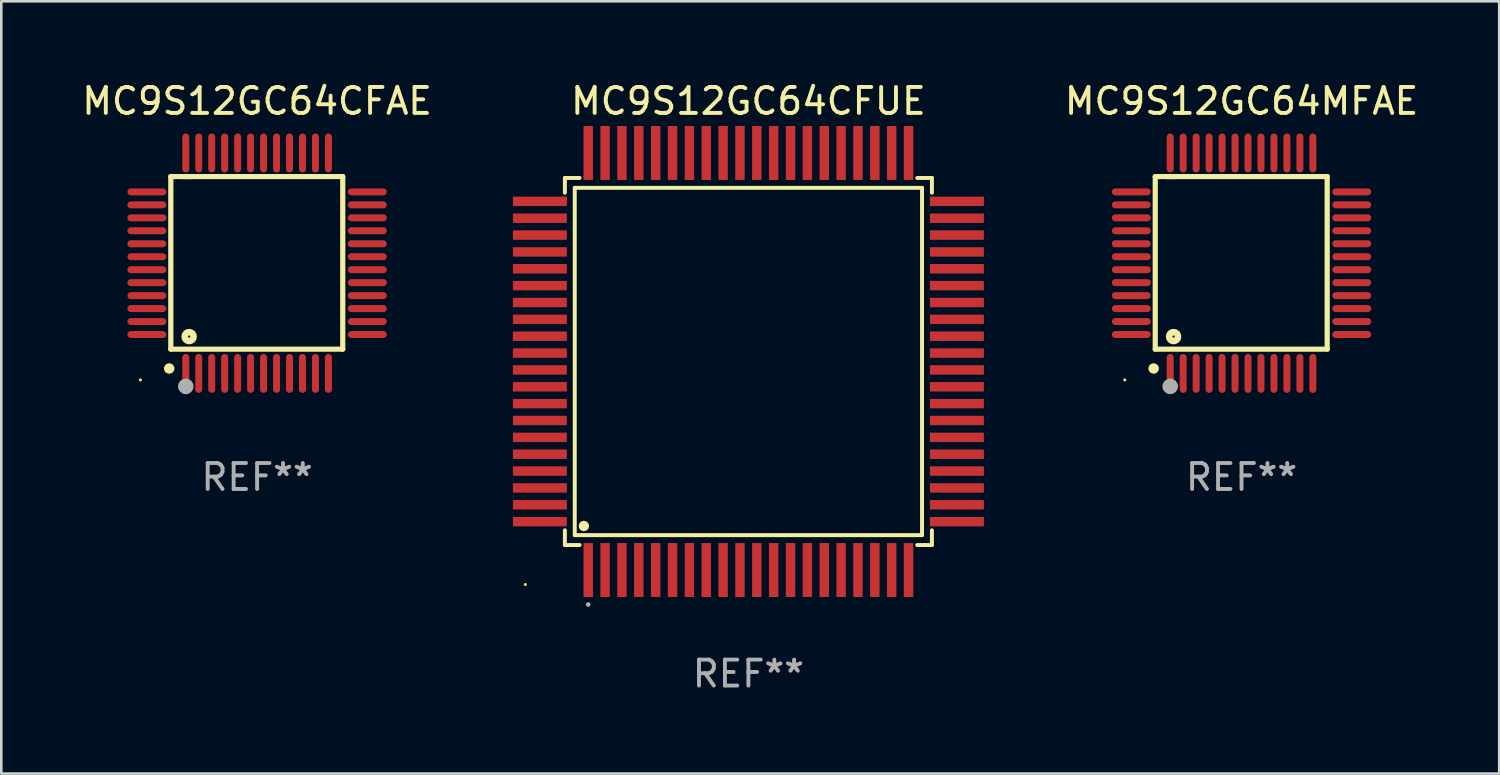
<source format=kicad_pcb>
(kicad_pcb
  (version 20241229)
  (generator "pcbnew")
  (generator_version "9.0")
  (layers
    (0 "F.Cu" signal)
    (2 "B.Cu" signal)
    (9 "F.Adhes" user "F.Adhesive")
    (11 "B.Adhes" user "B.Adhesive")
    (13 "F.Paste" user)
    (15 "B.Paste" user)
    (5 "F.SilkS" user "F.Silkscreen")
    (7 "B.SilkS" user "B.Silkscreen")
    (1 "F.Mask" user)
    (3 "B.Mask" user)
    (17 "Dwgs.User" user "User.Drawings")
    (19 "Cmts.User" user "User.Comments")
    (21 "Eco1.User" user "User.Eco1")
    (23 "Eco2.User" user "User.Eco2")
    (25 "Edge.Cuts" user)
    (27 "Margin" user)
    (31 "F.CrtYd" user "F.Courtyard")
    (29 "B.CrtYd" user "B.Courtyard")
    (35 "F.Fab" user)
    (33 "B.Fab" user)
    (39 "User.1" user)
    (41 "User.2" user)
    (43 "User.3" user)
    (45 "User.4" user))
  (footprint "MC9S12GC64MFAE"
    (layer "F.Cu")
    (at 44.82 7.098)
    (property "Reference" "MC9S12GC64MFAE" (at 0 -6.25 0) (layer "F.SilkS") (effects (font (size 1 1) (thickness 0.15))))
    (attr through_hole)
    (fp_line (start -3.327 -3.34) (end -2.565 -3.34) (stroke (width 0.2) (type solid)) (layer "F.SilkS"))
    (fp_line (start -3.327 3.315) (end -3.327 -3.34) (stroke (width 0.2) (type solid)) (layer "F.SilkS"))
    (fp_line (start -2.896 -3.34) (end 3.302 -3.34) (stroke (width 0.2) (type solid)) (layer "F.SilkS"))
    (fp_line (start 3.302 -3.34) (end 3.302 3.315) (stroke (width 0.2) (type solid)) (layer "F.SilkS"))
    (fp_line (start 3.302 3.315) (end -3.327 3.315) (stroke (width 0.2) (type solid)) (layer "F.SilkS"))
    (fp_arc (start -3.389992 4.059995) (mid -3.388722 4.059991) (end -3.387452 4.059995) (stroke (width 0.4) (type solid)) (layer "F.SilkS"))
    (fp_circle (center -4.5 4.5) (end -4.47 4.5) (stroke (width 0.06) (type solid)) (fill no) (layer "F.SilkS"))
    (fp_circle (center -2.62 2.83) (end -2.45 2.83) (stroke (width 0.254) (type solid)) (fill no) (layer "F.SilkS"))
    (fp_circle (center -2.75 4.75) (end -2.6 4.75) (stroke (width 0.3) (type solid)) (fill no) (layer "F.Fab"))
    (fp_text user "REF**" (at 0 8.25 0) (layer "F.Fab") (effects (font (size 1 1) (thickness 0.15))))
    (pad "1" smd oval (at -2.75 4.25) (size 0.27 1.5) (layers "F.Cu" "F.Mask" "F.Paste"))
    (pad "2" smd oval (at -2.25 4.25) (size 0.27 1.5) (layers "F.Cu" "F.Mask" "F.Paste"))
    (pad "3" smd oval (at -1.75 4.25) (size 0.27 1.5) (layers "F.Cu" "F.Mask" "F.Paste"))
    (pad "4" smd oval (at -1.25 4.25) (size 0.27 1.5) (layers "F.Cu" "F.Mask" "F.Paste"))
    (pad "5" smd oval (at -0.75 4.25) (size 0.27 1.5) (layers "F.Cu" "F.Mask" "F.Paste"))
    (pad "6" smd oval (at -0.25 4.25) (size 0.27 1.5) (layers "F.Cu" "F.Mask" "F.Paste"))
    (pad "7" smd oval (at 0.25 4.25) (size 0.27 1.5) (layers "F.Cu" "F.Mask" "F.Paste"))
    (pad "8" smd oval (at 0.75 4.25) (size 0.27 1.5) (layers "F.Cu" "F.Mask" "F.Paste"))
    (pad "9" smd oval (at 1.25 4.25) (size 0.27 1.5) (layers "F.Cu" "F.Mask" "F.Paste"))
    (pad "10" smd oval (at 1.75 4.25) (size 0.27 1.5) (layers "F.Cu" "F.Mask" "F.Paste"))
    (pad "11" smd oval (at 2.25 4.25) (size 0.27 1.5) (layers "F.Cu" "F.Mask" "F.Paste"))
    (pad "12" smd oval (at 2.75 4.25) (size 0.27 1.5) (layers "F.Cu" "F.Mask" "F.Paste"))
    (pad "13" smd oval (at 4.25 2.75) (size 1.5 0.27) (layers "F.Cu" "F.Mask" "F.Paste"))
    (pad "14" smd oval (at 4.25 2.25) (size 1.5 0.27) (layers "F.Cu" "F.Mask" "F.Paste"))
    (pad "15" smd oval (at 4.25 1.75) (size 1.5 0.27) (layers "F.Cu" "F.Mask" "F.Paste"))
    (pad "16" smd oval (at 4.25 1.25) (size 1.5 0.27) (layers "F.Cu" "F.Mask" "F.Paste"))
    (pad "17" smd oval (at 4.25 0.75) (size 1.5 0.27) (layers "F.Cu" "F.Mask" "F.Paste"))
    (pad "18" smd oval (at 4.25 0.25) (size 1.5 0.27) (layers "F.Cu" "F.Mask" "F.Paste"))
    (pad "19" smd oval (at 4.25 -0.25) (size 1.5 0.27) (layers "F.Cu" "F.Mask" "F.Paste"))
    (pad "20" smd oval (at 4.25 -0.75) (size 1.5 0.27) (layers "F.Cu" "F.Mask" "F.Paste"))
    (pad "21" smd oval (at 4.25 -1.25) (size 1.5 0.27) (layers "F.Cu" "F.Mask" "F.Paste"))
    (pad "22" smd oval (at 4.25 -1.75) (size 1.5 0.27) (layers "F.Cu" "F.Mask" "F.Paste"))
    (pad "23" smd oval (at 4.25 -2.25) (size 1.5 0.27) (layers "F.Cu" "F.Mask" "F.Paste"))
    (pad "24" smd oval (at 4.25 -2.75) (size 1.5 0.27) (layers "F.Cu" "F.Mask" "F.Paste"))
    (pad "25" smd oval (at 2.75 -4.25) (size 0.27 1.5) (layers "F.Cu" "F.Mask" "F.Paste"))
    (pad "26" smd oval (at 2.25 -4.25) (size 0.27 1.5) (layers "F.Cu" "F.Mask" "F.Paste"))
    (pad "27" smd oval (at 1.75 -4.25) (size 0.27 1.5) (layers "F.Cu" "F.Mask" "F.Paste"))
    (pad "28" smd oval (at 1.25 -4.25) (size 0.27 1.5) (layers "F.Cu" "F.Mask" "F.Paste"))
    (pad "29" smd oval (at 0.75 -4.25) (size 0.27 1.5) (layers "F.Cu" "F.Mask" "F.Paste"))
    (pad "30" smd oval (at 0.25 -4.25) (size 0.27 1.5) (layers "F.Cu" "F.Mask" "F.Paste"))
    (pad "31" smd oval (at -0.25 -4.25) (size 0.27 1.5) (layers "F.Cu" "F.Mask" "F.Paste"))
    (pad "32" smd oval (at -0.75 -4.25) (size 0.27 1.5) (layers "F.Cu" "F.Mask" "F.Paste"))
    (pad "33" smd oval (at -1.25 -4.25) (size 0.27 1.5) (layers "F.Cu" "F.Mask" "F.Paste"))
    (pad "34" smd oval (at -1.75 -4.25) (size 0.27 1.5) (layers "F.Cu" "F.Mask" "F.Paste"))
    (pad "35" smd oval (at -2.25 -4.25) (size 0.27 1.5) (layers "F.Cu" "F.Mask" "F.Paste"))
    (pad "36" smd oval (at -2.75 -4.25) (size 0.27 1.5) (layers "F.Cu" "F.Mask" "F.Paste"))
    (pad "37" smd oval (at -4.25 -2.75) (size 1.5 0.27) (layers "F.Cu" "F.Mask" "F.Paste"))
    (pad "38" smd oval (at -4.25 -2.25) (size 1.5 0.27) (layers "F.Cu" "F.Mask" "F.Paste"))
    (pad "39" smd oval (at -4.25 -1.75) (size 1.5 0.27) (layers "F.Cu" "F.Mask" "F.Paste"))
    (pad "40" smd oval (at -4.25 -1.25) (size 1.5 0.27) (layers "F.Cu" "F.Mask" "F.Paste"))
    (pad "41" smd oval (at -4.25 -0.75) (size 1.5 0.27) (layers "F.Cu" "F.Mask" "F.Paste"))
    (pad "42" smd oval (at -4.25 -0.25) (size 1.5 0.27) (layers "F.Cu" "F.Mask" "F.Paste"))
    (pad "43" smd oval (at -4.25 0.25) (size 1.5 0.27) (layers "F.Cu" "F.Mask" "F.Paste"))
    (pad "44" smd oval (at -4.25 0.75) (size 1.5 0.27) (layers "F.Cu" "F.Mask" "F.Paste"))
    (pad "45" smd oval (at -4.25 1.25) (size 1.5 0.27) (layers "F.Cu" "F.Mask" "F.Paste"))
    (pad "46" smd oval (at -4.25 1.75) (size 1.5 0.27) (layers "F.Cu" "F.Mask" "F.Paste"))
    (pad "47" smd oval (at -4.25 2.25) (size 1.5 0.27) (layers "F.Cu" "F.Mask" "F.Paste"))
    (pad "48" smd oval (at -4.25 2.75) (size 1.5 0.27) (layers "F.Cu" "F.Mask" "F.Paste")))
  (footprint "MC9S12GC64CFUE"
    (layer "F.Cu")
    (at 25.806 10.888)
    (property "Reference" "MC9S12GC64CFUE" (at 0 -10.04 0) (layer "F.SilkS") (effects (font (size 1 1) (thickness 0.15))))
    (attr through_hole)
    (fp_line (start -7.076 -7.076) (end -7.076 -6.509) (stroke (width 0.152) (type solid)) (layer "F.SilkS"))
    (fp_line (start -7.076 7.076) (end -7.076 6.509) (stroke (width 0.152) (type solid)) (layer "F.SilkS"))
    (fp_line (start -6.695 -6.695) (end 6.695 -6.695) (stroke (width 0.152) (type solid)) (layer "F.SilkS"))
    (fp_line (start -6.695 6.695) (end -6.695 -6.695) (stroke (width 0.152) (type solid)) (layer "F.SilkS"))
    (fp_line (start -6.509 -7.076) (end -7.076 -7.076) (stroke (width 0.152) (type solid)) (layer "F.SilkS"))
    (fp_line (start -6.509 7.076) (end -7.076 7.076) (stroke (width 0.152) (type solid)) (layer "F.SilkS"))
    (fp_line (start 6.509 -7.076) (end 7.076 -7.076) (stroke (width 0.152) (type solid)) (layer "F.SilkS"))
    (fp_line (start 6.509 7.076) (end 7.076 7.076) (stroke (width 0.152) (type solid)) (layer "F.SilkS"))
    (fp_line (start 6.695 -6.695) (end 6.695 6.695) (stroke (width 0.152) (type solid)) (layer "F.SilkS"))
    (fp_line (start 6.695 6.695) (end -6.695 6.695) (stroke (width 0.152) (type solid)) (layer "F.SilkS"))
    (fp_line (start 7.076 -7.076) (end 7.076 -6.509) (stroke (width 0.152) (type solid)) (layer "F.SilkS"))
    (fp_line (start 7.076 7.076) (end 7.076 6.509) (stroke (width 0.152) (type solid)) (layer "F.SilkS"))
    (fp_circle (center -8.6 8.6) (end -8.57 8.6) (stroke (width 0.06) (type solid)) (fill no) (layer "F.SilkS"))
    (fp_circle (center -6.343 6.343) (end -6.243 6.343) (stroke (width 0.2) (type solid)) (fill no) (layer "F.SilkS"))
    (fp_circle (center -6.175 9.371) (end -6.135 9.371) (stroke (width 0.08) (type solid)) (fill no) (layer "F.SilkS"))
    (fp_circle (center -6.175 9.371) (end -6.135 9.371) (stroke (width 0.08) (type solid)) (fill no) (layer "F.Fab"))
    (fp_text user "REF**" (at 0 12.04 0) (layer "F.Fab") (effects (font (size 1 1) (thickness 0.15))))
    (pad "1" smd rect (at -6.175 8.04) (size 0.364 2.08) (layers "F.Cu" "F.Mask" "F.Paste"))
    (pad "2" smd rect (at -5.525 8.04) (size 0.364 2.08) (layers "F.Cu" "F.Mask" "F.Paste"))
    (pad "3" smd rect (at -4.875 8.04) (size 0.364 2.08) (layers "F.Cu" "F.Mask" "F.Paste"))
    (pad "4" smd rect (at -4.225 8.04) (size 0.364 2.08) (layers "F.Cu" "F.Mask" "F.Paste"))
    (pad "5" smd rect (at -3.575 8.04) (size 0.364 2.08) (layers "F.Cu" "F.Mask" "F.Paste"))
    (pad "6" smd rect (at -2.925 8.04) (size 0.364 2.08) (layers "F.Cu" "F.Mask" "F.Paste"))
    (pad "7" smd rect (at -2.275 8.04) (size 0.364 2.08) (layers "F.Cu" "F.Mask" "F.Paste"))
    (pad "8" smd rect (at -1.625 8.04) (size 0.364 2.08) (layers "F.Cu" "F.Mask" "F.Paste"))
    (pad "9" smd rect (at -0.975 8.04) (size 0.364 2.08) (layers "F.Cu" "F.Mask" "F.Paste"))
    (pad "10" smd rect (at -0.325 8.04) (size 0.364 2.08) (layers "F.Cu" "F.Mask" "F.Paste"))
    (pad "11" smd rect (at 0.325 8.04) (size 0.364 2.08) (layers "F.Cu" "F.Mask" "F.Paste"))
    (pad "12" smd rect (at 0.975 8.04) (size 0.364 2.08) (layers "F.Cu" "F.Mask" "F.Paste"))
    (pad "13" smd rect (at 1.625 8.04) (size 0.364 2.08) (layers "F.Cu" "F.Mask" "F.Paste"))
    (pad "14" smd rect (at 2.275 8.04) (size 0.364 2.08) (layers "F.Cu" "F.Mask" "F.Paste"))
    (pad "15" smd rect (at 2.925 8.04) (size 0.364 2.08) (layers "F.Cu" "F.Mask" "F.Paste"))
    (pad "16" smd rect (at 3.575 8.04) (size 0.364 2.08) (layers "F.Cu" "F.Mask" "F.Paste"))
    (pad "17" smd rect (at 4.225 8.04) (size 0.364 2.08) (layers "F.Cu" "F.Mask" "F.Paste"))
    (pad "18" smd rect (at 4.875 8.04) (size 0.364 2.08) (layers "F.Cu" "F.Mask" "F.Paste"))
    (pad "19" smd rect (at 5.525 8.04) (size 0.364 2.08) (layers "F.Cu" "F.Mask" "F.Paste"))
    (pad "20" smd rect (at 6.175 8.04) (size 0.364 2.08) (layers "F.Cu" "F.Mask" "F.Paste"))
    (pad "21" smd rect (at 8.04 6.175) (size 2.08 0.364) (layers "F.Cu" "F.Mask" "F.Paste"))
    (pad "22" smd rect (at 8.04 5.525) (size 2.08 0.364) (layers "F.Cu" "F.Mask" "F.Paste"))
    (pad "23" smd rect (at 8.04 4.875) (size 2.08 0.364) (layers "F.Cu" "F.Mask" "F.Paste"))
    (pad "24" smd rect (at 8.04 4.225) (size 2.08 0.364) (layers "F.Cu" "F.Mask" "F.Paste"))
    (pad "25" smd rect (at 8.04 3.575) (size 2.08 0.364) (layers "F.Cu" "F.Mask" "F.Paste"))
    (pad "26" smd rect (at 8.04 2.925) (size 2.08 0.364) (layers "F.Cu" "F.Mask" "F.Paste"))
    (pad "27" smd rect (at 8.04 2.275) (size 2.08 0.364) (layers "F.Cu" "F.Mask" "F.Paste"))
    (pad "28" smd rect (at 8.04 1.625) (size 2.08 0.364) (layers "F.Cu" "F.Mask" "F.Paste"))
    (pad "29" smd rect (at 8.04 0.975) (size 2.08 0.364) (layers "F.Cu" "F.Mask" "F.Paste"))
    (pad "30" smd rect (at 8.04 0.325) (size 2.08 0.364) (layers "F.Cu" "F.Mask" "F.Paste"))
    (pad "31" smd rect (at 8.04 -0.325) (size 2.08 0.364) (layers "F.Cu" "F.Mask" "F.Paste"))
    (pad "32" smd rect (at 8.04 -0.975) (size 2.08 0.364) (layers "F.Cu" "F.Mask" "F.Paste"))
    (pad "33" smd rect (at 8.04 -1.625) (size 2.08 0.364) (layers "F.Cu" "F.Mask" "F.Paste"))
    (pad "34" smd rect (at 8.04 -2.275) (size 2.08 0.364) (layers "F.Cu" "F.Mask" "F.Paste"))
    (pad "35" smd rect (at 8.04 -2.925) (size 2.08 0.364) (layers "F.Cu" "F.Mask" "F.Paste"))
    (pad "36" smd rect (at 8.04 -3.575) (size 2.08 0.364) (layers "F.Cu" "F.Mask" "F.Paste"))
    (pad "37" smd rect (at 8.04 -4.225) (size 2.08 0.364) (layers "F.Cu" "F.Mask" "F.Paste"))
    (pad "38" smd rect (at 8.04 -4.875) (size 2.08 0.364) (layers "F.Cu" "F.Mask" "F.Paste"))
    (pad "39" smd rect (at 8.04 -5.525) (size 2.08 0.364) (layers "F.Cu" "F.Mask" "F.Paste"))
    (pad "40" smd rect (at 8.04 -6.175) (size 2.08 0.364) (layers "F.Cu" "F.Mask" "F.Paste"))
    (pad "41" smd rect (at 6.175 -8.04) (size 0.364 2.08) (layers "F.Cu" "F.Mask" "F.Paste"))
    (pad "42" smd rect (at 5.525 -8.04) (size 0.364 2.08) (layers "F.Cu" "F.Mask" "F.Paste"))
    (pad "43" smd rect (at 4.875 -8.04) (size 0.364 2.08) (layers "F.Cu" "F.Mask" "F.Paste"))
    (pad "44" smd rect (at 4.225 -8.04) (size 0.364 2.08) (layers "F.Cu" "F.Mask" "F.Paste"))
    (pad "45" smd rect (at 3.575 -8.04) (size 0.364 2.08) (layers "F.Cu" "F.Mask" "F.Paste"))
    (pad "46" smd rect (at 2.925 -8.04) (size 0.364 2.08) (layers "F.Cu" "F.Mask" "F.Paste"))
    (pad "47" smd rect (at 2.275 -8.04) (size 0.364 2.08) (layers "F.Cu" "F.Mask" "F.Paste"))
    (pad "48" smd rect (at 1.625 -8.04) (size 0.364 2.08) (layers "F.Cu" "F.Mask" "F.Paste"))
    (pad "49" smd rect (at 0.975 -8.04) (size 0.364 2.08) (layers "F.Cu" "F.Mask" "F.Paste"))
    (pad "50" smd rect (at 0.325 -8.04) (size 0.364 2.08) (layers "F.Cu" "F.Mask" "F.Paste"))
    (pad "51" smd rect (at -0.325 -8.04) (size 0.364 2.08) (layers "F.Cu" "F.Mask" "F.Paste"))
    (pad "52" smd rect (at -0.975 -8.04) (size 0.364 2.08) (layers "F.Cu" "F.Mask" "F.Paste"))
    (pad "53" smd rect (at -1.625 -8.04) (size 0.364 2.08) (layers "F.Cu" "F.Mask" "F.Paste"))
    (pad "54" smd rect (at -2.275 -8.04) (size 0.364 2.08) (layers "F.Cu" "F.Mask" "F.Paste"))
    (pad "55" smd rect (at -2.925 -8.04) (size 0.364 2.08) (layers "F.Cu" "F.Mask" "F.Paste"))
    (pad "56" smd rect (at -3.575 -8.04) (size 0.364 2.08) (layers "F.Cu" "F.Mask" "F.Paste"))
    (pad "57" smd rect (at -4.225 -8.04) (size 0.364 2.08) (layers "F.Cu" "F.Mask" "F.Paste"))
    (pad "58" smd rect (at -4.875 -8.04) (size 0.364 2.08) (layers "F.Cu" "F.Mask" "F.Paste"))
    (pad "59" smd rect (at -5.525 -8.04) (size 0.364 2.08) (layers "F.Cu" "F.Mask" "F.Paste"))
    (pad "60" smd rect (at -6.175 -8.04) (size 0.364 2.08) (layers "F.Cu" "F.Mask" "F.Paste"))
    (pad "61" smd rect (at -8.04 -6.175) (size 2.08 0.364) (layers "F.Cu" "F.Mask" "F.Paste"))
    (pad "62" smd rect (at -8.04 -5.525) (size 2.08 0.364) (layers "F.Cu" "F.Mask" "F.Paste"))
    (pad "63" smd rect (at -8.04 -4.875) (size 2.08 0.364) (layers "F.Cu" "F.Mask" "F.Paste"))
    (pad "64" smd rect (at -8.04 -4.225) (size 2.08 0.364) (layers "F.Cu" "F.Mask" "F.Paste"))
    (pad "65" smd rect (at -8.04 -3.575) (size 2.08 0.364) (layers "F.Cu" "F.Mask" "F.Paste"))
    (pad "66" smd rect (at -8.04 -2.925) (size 2.08 0.364) (layers "F.Cu" "F.Mask" "F.Paste"))
    (pad "67" smd rect (at -8.04 -2.275) (size 2.08 0.364) (layers "F.Cu" "F.Mask" "F.Paste"))
    (pad "68" smd rect (at -8.04 -1.625) (size 2.08 0.364) (layers "F.Cu" "F.Mask" "F.Paste"))
    (pad "69" smd rect (at -8.04 -0.975) (size 2.08 0.364) (layers "F.Cu" "F.Mask" "F.Paste"))
    (pad "70" smd rect (at -8.04 -0.325) (size 2.08 0.364) (layers "F.Cu" "F.Mask" "F.Paste"))
    (pad "71" smd rect (at -8.04 0.325) (size 2.08 0.364) (layers "F.Cu" "F.Mask" "F.Paste"))
    (pad "72" smd rect (at -8.04 0.975) (size 2.08 0.364) (layers "F.Cu" "F.Mask" "F.Paste"))
    (pad "73" smd rect (at -8.04 1.625) (size 2.08 0.364) (layers "F.Cu" "F.Mask" "F.Paste"))
    (pad "74" smd rect (at -8.04 2.275) (size 2.08 0.364) (layers "F.Cu" "F.Mask" "F.Paste"))
    (pad "75" smd rect (at -8.04 2.925) (size 2.08 0.364) (layers "F.Cu" "F.Mask" "F.Paste"))
    (pad "76" smd rect (at -8.04 3.575) (size 2.08 0.364) (layers "F.Cu" "F.Mask" "F.Paste"))
    (pad "77" smd rect (at -8.04 4.225) (size 2.08 0.364) (layers "F.Cu" "F.Mask" "F.Paste"))
    (pad "78" smd rect (at -8.04 4.875) (size 2.08 0.364) (layers "F.Cu" "F.Mask" "F.Paste"))
    (pad "79" smd rect (at -8.04 5.525) (size 2.08 0.364) (layers "F.Cu" "F.Mask" "F.Paste"))
    (pad "80" smd rect (at -8.04 6.175) (size 2.08 0.364) (layers "F.Cu" "F.Mask" "F.Paste")))
  (footprint "MC9S12GC64CFAE"
    (layer "F.Cu")
    (at 6.863 7.098)
    (property "Reference" "MC9S12GC64CFAE" (at 0 -6.25 0) (layer "F.SilkS") (effects (font (size 1 1) (thickness 0.15))))
    (attr through_hole)
    (fp_line (start -3.327 -3.34) (end -2.565 -3.34) (stroke (width 0.2) (type solid)) (layer "F.SilkS"))
    (fp_line (start -3.327 3.315) (end -3.327 -3.34) (stroke (width 0.2) (type solid)) (layer "F.SilkS"))
    (fp_line (start -2.896 -3.34) (end 3.302 -3.34) (stroke (width 0.2) (type solid)) (layer "F.SilkS"))
    (fp_line (start 3.302 -3.34) (end 3.302 3.315) (stroke (width 0.2) (type solid)) (layer "F.SilkS"))
    (fp_line (start 3.302 3.315) (end -3.327 3.315) (stroke (width 0.2) (type solid)) (layer "F.SilkS"))
    (fp_arc (start -3.389992 4.059995) (mid -3.388722 4.059991) (end -3.387452 4.059995) (stroke (width 0.4) (type solid)) (layer "F.SilkS"))
    (fp_circle (center -4.5 4.5) (end -4.47 4.5) (stroke (width 0.06) (type solid)) (fill no) (layer "F.SilkS"))
    (fp_circle (center -2.62 2.83) (end -2.45 2.83) (stroke (width 0.254) (type solid)) (fill no) (layer "F.SilkS"))
    (fp_circle (center -2.75 4.75) (end -2.6 4.75) (stroke (width 0.3) (type solid)) (fill no) (layer "F.Fab"))
    (fp_text user "REF**" (at 0 8.25 0) (layer "F.Fab") (effects (font (size 1 1) (thickness 0.15))))
    (pad "1" smd oval (at -2.75 4.25) (size 0.27 1.5) (layers "F.Cu" "F.Mask" "F.Paste"))
    (pad "2" smd oval (at -2.25 4.25) (size 0.27 1.5) (layers "F.Cu" "F.Mask" "F.Paste"))
    (pad "3" smd oval (at -1.75 4.25) (size 0.27 1.5) (layers "F.Cu" "F.Mask" "F.Paste"))
    (pad "4" smd oval (at -1.25 4.25) (size 0.27 1.5) (layers "F.Cu" "F.Mask" "F.Paste"))
    (pad "5" smd oval (at -0.75 4.25) (size 0.27 1.5) (layers "F.Cu" "F.Mask" "F.Paste"))
    (pad "6" smd oval (at -0.25 4.25) (size 0.27 1.5) (layers "F.Cu" "F.Mask" "F.Paste"))
    (pad "7" smd oval (at 0.25 4.25) (size 0.27 1.5) (layers "F.Cu" "F.Mask" "F.Paste"))
    (pad "8" smd oval (at 0.75 4.25) (size 0.27 1.5) (layers "F.Cu" "F.Mask" "F.Paste"))
    (pad "9" smd oval (at 1.25 4.25) (size 0.27 1.5) (layers "F.Cu" "F.Mask" "F.Paste"))
    (pad "10" smd oval (at 1.75 4.25) (size 0.27 1.5) (layers "F.Cu" "F.Mask" "F.Paste"))
    (pad "11" smd oval (at 2.25 4.25) (size 0.27 1.5) (layers "F.Cu" "F.Mask" "F.Paste"))
    (pad "12" smd oval (at 2.75 4.25) (size 0.27 1.5) (layers "F.Cu" "F.Mask" "F.Paste"))
    (pad "13" smd oval (at 4.25 2.75) (size 1.5 0.27) (layers "F.Cu" "F.Mask" "F.Paste"))
    (pad "14" smd oval (at 4.25 2.25) (size 1.5 0.27) (layers "F.Cu" "F.Mask" "F.Paste"))
    (pad "15" smd oval (at 4.25 1.75) (size 1.5 0.27) (layers "F.Cu" "F.Mask" "F.Paste"))
    (pad "16" smd oval (at 4.25 1.25) (size 1.5 0.27) (layers "F.Cu" "F.Mask" "F.Paste"))
    (pad "17" smd oval (at 4.25 0.75) (size 1.5 0.27) (layers "F.Cu" "F.Mask" "F.Paste"))
    (pad "18" smd oval (at 4.25 0.25) (size 1.5 0.27) (layers "F.Cu" "F.Mask" "F.Paste"))
    (pad "19" smd oval (at 4.25 -0.25) (size 1.5 0.27) (layers "F.Cu" "F.Mask" "F.Paste"))
    (pad "20" smd oval (at 4.25 -0.75) (size 1.5 0.27) (layers "F.Cu" "F.Mask" "F.Paste"))
    (pad "21" smd oval (at 4.25 -1.25) (size 1.5 0.27) (layers "F.Cu" "F.Mask" "F.Paste"))
    (pad "22" smd oval (at 4.25 -1.75) (size 1.5 0.27) (layers "F.Cu" "F.Mask" "F.Paste"))
    (pad "23" smd oval (at 4.25 -2.25) (size 1.5 0.27) (layers "F.Cu" "F.Mask" "F.Paste"))
    (pad "24" smd oval (at 4.25 -2.75) (size 1.5 0.27) (layers "F.Cu" "F.Mask" "F.Paste"))
    (pad "25" smd oval (at 2.75 -4.25) (size 0.27 1.5) (layers "F.Cu" "F.Mask" "F.Paste"))
    (pad "26" smd oval (at 2.25 -4.25) (size 0.27 1.5) (layers "F.Cu" "F.Mask" "F.Paste"))
    (pad "27" smd oval (at 1.75 -4.25) (size 0.27 1.5) (layers "F.Cu" "F.Mask" "F.Paste"))
    (pad "28" smd oval (at 1.25 -4.25) (size 0.27 1.5) (layers "F.Cu" "F.Mask" "F.Paste"))
    (pad "29" smd oval (at 0.75 -4.25) (size 0.27 1.5) (layers "F.Cu" "F.Mask" "F.Paste"))
    (pad "30" smd oval (at 0.25 -4.25) (size 0.27 1.5) (layers "F.Cu" "F.Mask" "F.Paste"))
    (pad "31" smd oval (at -0.25 -4.25) (size 0.27 1.5) (layers "F.Cu" "F.Mask" "F.Paste"))
    (pad "32" smd oval (at -0.75 -4.25) (size 0.27 1.5) (layers "F.Cu" "F.Mask" "F.Paste"))
    (pad "33" smd oval (at -1.25 -4.25) (size 0.27 1.5) (layers "F.Cu" "F.Mask" "F.Paste"))
    (pad "34" smd oval (at -1.75 -4.25) (size 0.27 1.5) (layers "F.Cu" "F.Mask" "F.Paste"))
    (pad "35" smd oval (at -2.25 -4.25) (size 0.27 1.5) (layers "F.Cu" "F.Mask" "F.Paste"))
    (pad "36" smd oval (at -2.75 -4.25) (size 0.27 1.5) (layers "F.Cu" "F.Mask" "F.Paste"))
    (pad "37" smd oval (at -4.25 -2.75) (size 1.5 0.27) (layers "F.Cu" "F.Mask" "F.Paste"))
    (pad "38" smd oval (at -4.25 -2.25) (size 1.5 0.27) (layers "F.Cu" "F.Mask" "F.Paste"))
    (pad "39" smd oval (at -4.25 -1.75) (size 1.5 0.27) (layers "F.Cu" "F.Mask" "F.Paste"))
    (pad "40" smd oval (at -4.25 -1.25) (size 1.5 0.27) (layers "F.Cu" "F.Mask" "F.Paste"))
    (pad "41" smd oval (at -4.25 -0.75) (size 1.5 0.27) (layers "F.Cu" "F.Mask" "F.Paste"))
    (pad "42" smd oval (at -4.25 -0.25) (size 1.5 0.27) (layers "F.Cu" "F.Mask" "F.Paste"))
    (pad "43" smd oval (at -4.25 0.25) (size 1.5 0.27) (layers "F.Cu" "F.Mask" "F.Paste"))
    (pad "44" smd oval (at -4.25 0.75) (size 1.5 0.27) (layers "F.Cu" "F.Mask" "F.Paste"))
    (pad "45" smd oval (at -4.25 1.25) (size 1.5 0.27) (layers "F.Cu" "F.Mask" "F.Paste"))
    (pad "46" smd oval (at -4.25 1.75) (size 1.5 0.27) (layers "F.Cu" "F.Mask" "F.Paste"))
    (pad "47" smd oval (at -4.25 2.25) (size 1.5 0.27) (layers "F.Cu" "F.Mask" "F.Paste"))
    (pad "48" smd oval (at -4.25 2.75) (size 1.5 0.27) (layers "F.Cu" "F.Mask" "F.Paste")))
  (gr_rect
    (start -3 -3)
    (end 54.755 26.776)
    (stroke (width 0.1) (type default))
    (fill no)
    (layer "Edge.Cuts")))
</source>
